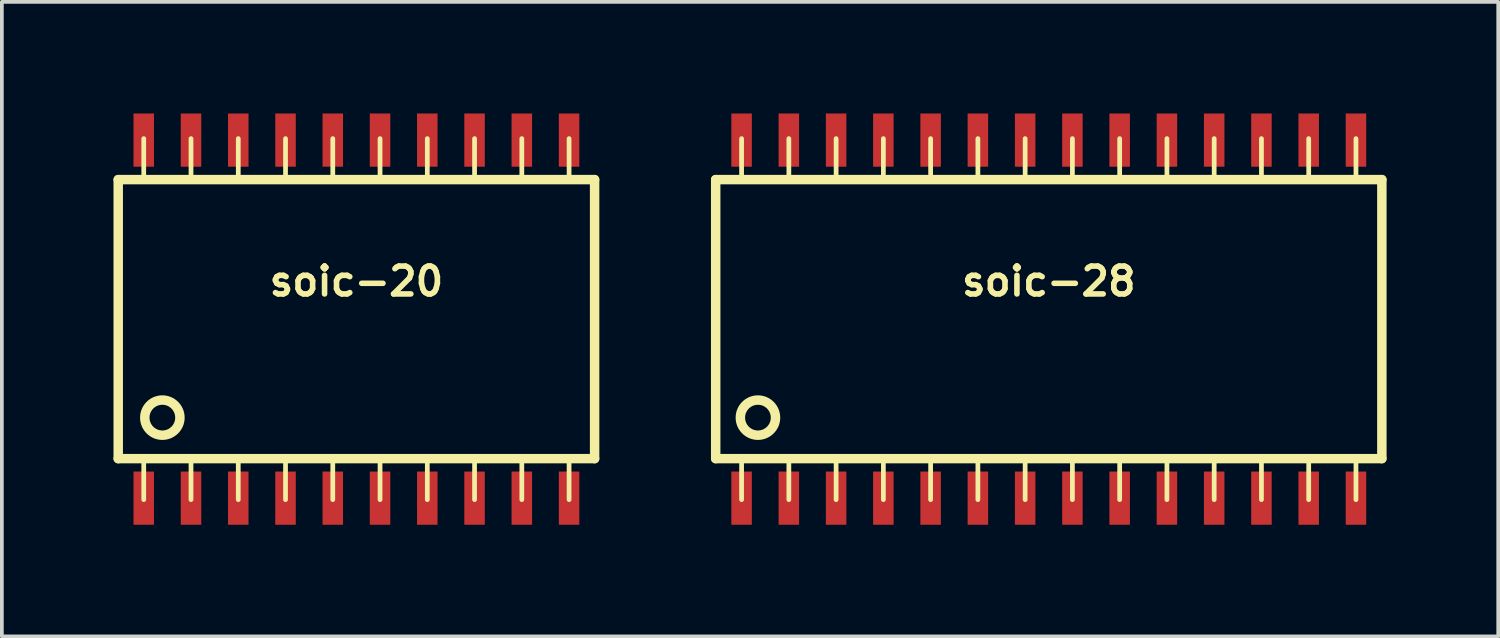
<source format=kicad_pcb>
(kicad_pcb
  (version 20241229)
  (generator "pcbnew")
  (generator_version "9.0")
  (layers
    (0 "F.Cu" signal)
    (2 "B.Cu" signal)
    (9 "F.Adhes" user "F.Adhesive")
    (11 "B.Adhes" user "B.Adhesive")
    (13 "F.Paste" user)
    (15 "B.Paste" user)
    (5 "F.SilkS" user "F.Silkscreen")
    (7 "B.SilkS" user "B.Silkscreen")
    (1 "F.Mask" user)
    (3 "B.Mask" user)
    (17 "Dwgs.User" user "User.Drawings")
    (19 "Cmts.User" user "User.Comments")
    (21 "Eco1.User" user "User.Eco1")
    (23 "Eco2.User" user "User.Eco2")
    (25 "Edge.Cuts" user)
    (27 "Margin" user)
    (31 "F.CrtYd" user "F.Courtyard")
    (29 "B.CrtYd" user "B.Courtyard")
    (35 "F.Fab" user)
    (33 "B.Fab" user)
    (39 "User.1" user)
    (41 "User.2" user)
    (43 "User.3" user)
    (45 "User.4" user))
  (footprint "soic-20"
    (layer "F.Cu")
    (at 6.528 5.526)
    (property "Reference" "soic-20" (at 0 -1.016 0) (layer "F.SilkS") (effects (font (size 0.749 0.749) (thickness 0.15))))
    (attr through_hole)
    (fp_line (start -6.401 -3.749) (end -6.401 3.749) (stroke (width 0.254) (type solid)) (layer "F.SilkS"))
    (fp_line (start -6.401 3.749) (end 6.401 3.749) (stroke (width 0.254) (type solid)) (layer "F.SilkS"))
    (fp_line (start -5.715 -3.759) (end -5.715 -4.851) (stroke (width 0.127) (type solid)) (layer "F.SilkS"))
    (fp_line (start -5.715 4.851) (end -5.715 3.759) (stroke (width 0.127) (type solid)) (layer "F.SilkS"))
    (fp_line (start -4.445 -3.759) (end -4.445 -4.851) (stroke (width 0.127) (type solid)) (layer "F.SilkS"))
    (fp_line (start -4.445 3.759) (end -4.445 4.851) (stroke (width 0.127) (type solid)) (layer "F.SilkS"))
    (fp_line (start -3.175 -3.759) (end -3.175 -4.851) (stroke (width 0.127) (type solid)) (layer "F.SilkS"))
    (fp_line (start -3.175 4.851) (end -3.175 3.759) (stroke (width 0.127) (type solid)) (layer "F.SilkS"))
    (fp_line (start -1.905 -4.851) (end -1.905 -3.759) (stroke (width 0.127) (type solid)) (layer "F.SilkS"))
    (fp_line (start -1.905 4.851) (end -1.905 3.759) (stroke (width 0.127) (type solid)) (layer "F.SilkS"))
    (fp_line (start -0.635 -4.851) (end -0.635 -3.759) (stroke (width 0.127) (type solid)) (layer "F.SilkS"))
    (fp_line (start -0.635 4.851) (end -0.635 3.759) (stroke (width 0.127) (type solid)) (layer "F.SilkS"))
    (fp_line (start 0.635 -4.851) (end 0.635 -3.759) (stroke (width 0.127) (type solid)) (layer "F.SilkS"))
    (fp_line (start 0.635 4.851) (end 0.635 3.759) (stroke (width 0.127) (type solid)) (layer "F.SilkS"))
    (fp_line (start 1.905 -3.759) (end 1.905 -4.851) (stroke (width 0.127) (type solid)) (layer "F.SilkS"))
    (fp_line (start 1.905 3.759) (end 1.905 4.851) (stroke (width 0.127) (type solid)) (layer "F.SilkS"))
    (fp_line (start 3.175 -3.759) (end 3.175 -4.851) (stroke (width 0.127) (type solid)) (layer "F.SilkS"))
    (fp_line (start 3.175 3.759) (end 3.175 4.851) (stroke (width 0.127) (type solid)) (layer "F.SilkS"))
    (fp_line (start 4.445 -3.759) (end 4.445 -4.851) (stroke (width 0.127) (type solid)) (layer "F.SilkS"))
    (fp_line (start 4.445 3.759) (end 4.445 4.851) (stroke (width 0.127) (type solid)) (layer "F.SilkS"))
    (fp_line (start 5.715 -4.851) (end 5.715 -3.759) (stroke (width 0.127) (type solid)) (layer "F.SilkS"))
    (fp_line (start 5.715 3.759) (end 5.715 4.851) (stroke (width 0.127) (type solid)) (layer "F.SilkS"))
    (fp_line (start 6.401 -3.749) (end -6.401 -3.749) (stroke (width 0.254) (type solid)) (layer "F.SilkS"))
    (fp_line (start 6.401 3.749) (end 6.401 -3.749) (stroke (width 0.254) (type solid)) (layer "F.SilkS"))
    (fp_circle (center -5.215 2.647) (end -5.494 3.028) (stroke (width 0.254) (type solid)) (fill no) (layer "F.SilkS"))
    (pad "1" smd rect (at -5.715 4.811) (size 0.551 1.43) (layers "F.Cu" "F.Mask" "F.Paste"))
    (pad "2" smd rect (at -4.445 4.811) (size 0.551 1.43) (layers "F.Cu" "F.Mask" "F.Paste"))
    (pad "3" smd rect (at -3.175 4.811) (size 0.551 1.43) (layers "F.Cu" "F.Mask" "F.Paste"))
    (pad "4" smd rect (at -1.905 4.811) (size 0.551 1.43) (layers "F.Cu" "F.Mask" "F.Paste"))
    (pad "5" smd rect (at -0.635 4.811) (size 0.551 1.43) (layers "F.Cu" "F.Mask" "F.Paste"))
    (pad "6" smd rect (at 0.635 4.811) (size 0.551 1.43) (layers "F.Cu" "F.Mask" "F.Paste"))
    (pad "7" smd rect (at 1.905 4.811) (size 0.551 1.43) (layers "F.Cu" "F.Mask" "F.Paste"))
    (pad "8" smd rect (at 3.175 4.811) (size 0.551 1.43) (layers "F.Cu" "F.Mask" "F.Paste"))
    (pad "9" smd rect (at 4.445 4.811) (size 0.551 1.43) (layers "F.Cu" "F.Mask" "F.Paste"))
    (pad "10" smd rect (at 5.715 4.811) (size 0.551 1.43) (layers "F.Cu" "F.Mask" "F.Paste"))
    (pad "11" smd rect (at 5.715 -4.811) (size 0.551 1.43) (layers "F.Cu" "F.Mask" "F.Paste"))
    (pad "12" smd rect (at 4.445 -4.811) (size 0.551 1.43) (layers "F.Cu" "F.Mask" "F.Paste"))
    (pad "13" smd rect (at 3.175 -4.811) (size 0.551 1.43) (layers "F.Cu" "F.Mask" "F.Paste"))
    (pad "14" smd rect (at 1.905 -4.811) (size 0.551 1.43) (layers "F.Cu" "F.Mask" "F.Paste"))
    (pad "15" smd rect (at 0.635 -4.811) (size 0.551 1.43) (layers "F.Cu" "F.Mask" "F.Paste"))
    (pad "16" smd rect (at -0.635 -4.811) (size 0.551 1.43) (layers "F.Cu" "F.Mask" "F.Paste"))
    (pad "17" smd rect (at -1.905 -4.811) (size 0.551 1.43) (layers "F.Cu" "F.Mask" "F.Paste"))
    (pad "18" smd rect (at -3.175 -4.811) (size 0.551 1.43) (layers "F.Cu" "F.Mask" "F.Paste"))
    (pad "19" smd rect (at -4.445 -4.811) (size 0.551 1.43) (layers "F.Cu" "F.Mask" "F.Paste"))
    (pad "20" smd rect (at -5.715 -4.811) (size 0.551 1.43) (layers "F.Cu" "F.Mask" "F.Paste")))
  (footprint "soic-28"
    (layer "F.Cu")
    (at 25.134 5.526)
    (property "Reference" "soic-28" (at 0 -1.016 0) (layer "F.SilkS") (effects (font (size 0.749 0.749) (thickness 0.15))))
    (attr through_hole)
    (fp_line (start -8.951 -3.749) (end -8.951 3.749) (stroke (width 0.254) (type solid)) (layer "F.SilkS"))
    (fp_line (start -8.951 3.749) (end 8.951 3.749) (stroke (width 0.254) (type solid)) (layer "F.SilkS"))
    (fp_line (start -8.255 -4.851) (end -8.255 -3.759) (stroke (width 0.127) (type solid)) (layer "F.SilkS"))
    (fp_line (start -8.255 3.759) (end -8.255 4.851) (stroke (width 0.127) (type solid)) (layer "F.SilkS"))
    (fp_line (start -6.985 -3.759) (end -6.985 -4.851) (stroke (width 0.127) (type solid)) (layer "F.SilkS"))
    (fp_line (start -6.985 4.851) (end -6.985 3.759) (stroke (width 0.127) (type solid)) (layer "F.SilkS"))
    (fp_line (start -5.715 -3.759) (end -5.715 -4.851) (stroke (width 0.127) (type solid)) (layer "F.SilkS"))
    (fp_line (start -5.715 4.851) (end -5.715 3.759) (stroke (width 0.127) (type solid)) (layer "F.SilkS"))
    (fp_line (start -4.445 -3.759) (end -4.445 -4.851) (stroke (width 0.127) (type solid)) (layer "F.SilkS"))
    (fp_line (start -4.445 3.759) (end -4.445 4.851) (stroke (width 0.127) (type solid)) (layer "F.SilkS"))
    (fp_line (start -3.175 -3.759) (end -3.175 -4.851) (stroke (width 0.127) (type solid)) (layer "F.SilkS"))
    (fp_line (start -3.175 4.851) (end -3.175 3.759) (stroke (width 0.127) (type solid)) (layer "F.SilkS"))
    (fp_line (start -1.905 -4.851) (end -1.905 -3.759) (stroke (width 0.127) (type solid)) (layer "F.SilkS"))
    (fp_line (start -1.905 4.851) (end -1.905 3.759) (stroke (width 0.127) (type solid)) (layer "F.SilkS"))
    (fp_line (start -0.635 -4.851) (end -0.635 -3.759) (stroke (width 0.127) (type solid)) (layer "F.SilkS"))
    (fp_line (start -0.635 4.851) (end -0.635 3.759) (stroke (width 0.127) (type solid)) (layer "F.SilkS"))
    (fp_line (start 0.635 -4.851) (end 0.635 -3.759) (stroke (width 0.127) (type solid)) (layer "F.SilkS"))
    (fp_line (start 0.635 4.851) (end 0.635 3.759) (stroke (width 0.127) (type solid)) (layer "F.SilkS"))
    (fp_line (start 1.905 -3.759) (end 1.905 -4.851) (stroke (width 0.127) (type solid)) (layer "F.SilkS"))
    (fp_line (start 1.905 3.759) (end 1.905 4.851) (stroke (width 0.127) (type solid)) (layer "F.SilkS"))
    (fp_line (start 3.175 -3.759) (end 3.175 -4.851) (stroke (width 0.127) (type solid)) (layer "F.SilkS"))
    (fp_line (start 3.175 3.759) (end 3.175 4.851) (stroke (width 0.127) (type solid)) (layer "F.SilkS"))
    (fp_line (start 4.445 -3.759) (end 4.445 -4.851) (stroke (width 0.127) (type solid)) (layer "F.SilkS"))
    (fp_line (start 4.445 3.759) (end 4.445 4.851) (stroke (width 0.127) (type solid)) (layer "F.SilkS"))
    (fp_line (start 5.715 -4.851) (end 5.715 -3.759) (stroke (width 0.127) (type solid)) (layer "F.SilkS"))
    (fp_line (start 5.715 3.759) (end 5.715 4.851) (stroke (width 0.127) (type solid)) (layer "F.SilkS"))
    (fp_line (start 6.985 -4.851) (end 6.985 -3.759) (stroke (width 0.127) (type solid)) (layer "F.SilkS"))
    (fp_line (start 6.985 3.759) (end 6.985 4.851) (stroke (width 0.127) (type solid)) (layer "F.SilkS"))
    (fp_line (start 8.255 -4.851) (end 8.255 -3.759) (stroke (width 0.127) (type solid)) (layer "F.SilkS"))
    (fp_line (start 8.255 3.759) (end 8.255 4.851) (stroke (width 0.127) (type solid)) (layer "F.SilkS"))
    (fp_line (start 8.951 -3.749) (end -8.951 -3.749) (stroke (width 0.254) (type solid)) (layer "F.SilkS"))
    (fp_line (start 8.951 3.749) (end 8.951 -3.749) (stroke (width 0.254) (type solid)) (layer "F.SilkS"))
    (fp_circle (center -7.816 2.647) (end -8.095 3.028) (stroke (width 0.254) (type solid)) (fill no) (layer "F.SilkS"))
    (pad "1" smd rect (at -8.255 4.811) (size 0.551 1.43) (layers "F.Cu" "F.Mask" "F.Paste"))
    (pad "2" smd rect (at -6.985 4.811) (size 0.551 1.43) (layers "F.Cu" "F.Mask" "F.Paste"))
    (pad "3" smd rect (at -5.715 4.811) (size 0.551 1.43) (layers "F.Cu" "F.Mask" "F.Paste"))
    (pad "4" smd rect (at -4.445 4.811) (size 0.551 1.43) (layers "F.Cu" "F.Mask" "F.Paste"))
    (pad "5" smd rect (at -3.175 4.811) (size 0.551 1.43) (layers "F.Cu" "F.Mask" "F.Paste"))
    (pad "6" smd rect (at -1.905 4.811) (size 0.551 1.43) (layers "F.Cu" "F.Mask" "F.Paste"))
    (pad "7" smd rect (at -0.635 4.811) (size 0.551 1.43) (layers "F.Cu" "F.Mask" "F.Paste"))
    (pad "8" smd rect (at 0.635 4.811) (size 0.551 1.43) (layers "F.Cu" "F.Mask" "F.Paste"))
    (pad "9" smd rect (at 1.905 4.811) (size 0.551 1.43) (layers "F.Cu" "F.Mask" "F.Paste"))
    (pad "10" smd rect (at 3.175 4.811) (size 0.551 1.43) (layers "F.Cu" "F.Mask" "F.Paste"))
    (pad "11" smd rect (at 4.445 4.811) (size 0.551 1.43) (layers "F.Cu" "F.Mask" "F.Paste"))
    (pad "12" smd rect (at 5.715 4.811) (size 0.551 1.43) (layers "F.Cu" "F.Mask" "F.Paste"))
    (pad "13" smd rect (at 6.985 4.811) (size 0.551 1.43) (layers "F.Cu" "F.Mask" "F.Paste"))
    (pad "14" smd rect (at 8.255 4.811) (size 0.551 1.43) (layers "F.Cu" "F.Mask" "F.Paste"))
    (pad "15" smd rect (at 8.255 -4.811) (size 0.551 1.43) (layers "F.Cu" "F.Mask" "F.Paste"))
    (pad "16" smd rect (at 6.985 -4.811) (size 0.551 1.43) (layers "F.Cu" "F.Mask" "F.Paste"))
    (pad "17" smd rect (at 5.715 -4.811) (size 0.551 1.43) (layers "F.Cu" "F.Mask" "F.Paste"))
    (pad "18" smd rect (at 4.445 -4.811) (size 0.551 1.43) (layers "F.Cu" "F.Mask" "F.Paste"))
    (pad "19" smd rect (at 3.175 -4.811) (size 0.551 1.43) (layers "F.Cu" "F.Mask" "F.Paste"))
    (pad "20" smd rect (at 1.905 -4.811) (size 0.551 1.43) (layers "F.Cu" "F.Mask" "F.Paste"))
    (pad "21" smd rect (at 0.635 -4.811) (size 0.551 1.43) (layers "F.Cu" "F.Mask" "F.Paste"))
    (pad "22" smd rect (at -0.635 -4.811) (size 0.551 1.43) (layers "F.Cu" "F.Mask" "F.Paste"))
    (pad "23" smd rect (at -1.905 -4.811) (size 0.551 1.43) (layers "F.Cu" "F.Mask" "F.Paste"))
    (pad "24" smd rect (at -3.175 -4.811) (size 0.551 1.43) (layers "F.Cu" "F.Mask" "F.Paste"))
    (pad "25" smd rect (at -4.445 -4.811) (size 0.551 1.43) (layers "F.Cu" "F.Mask" "F.Paste"))
    (pad "26" smd rect (at -5.715 -4.811) (size 0.551 1.43) (layers "F.Cu" "F.Mask" "F.Paste"))
    (pad "27" smd rect (at -6.985 -4.811) (size 0.551 1.43) (layers "F.Cu" "F.Mask" "F.Paste"))
    (pad "28" smd rect (at -8.255 -4.811) (size 0.551 1.43) (layers "F.Cu" "F.Mask" "F.Paste")))
  (gr_rect
    (start -3 -3)
    (end 37.212 14.052)
    (stroke (width 0.1) (type default))
    (fill no)
    (layer "Edge.Cuts")))
</source>
